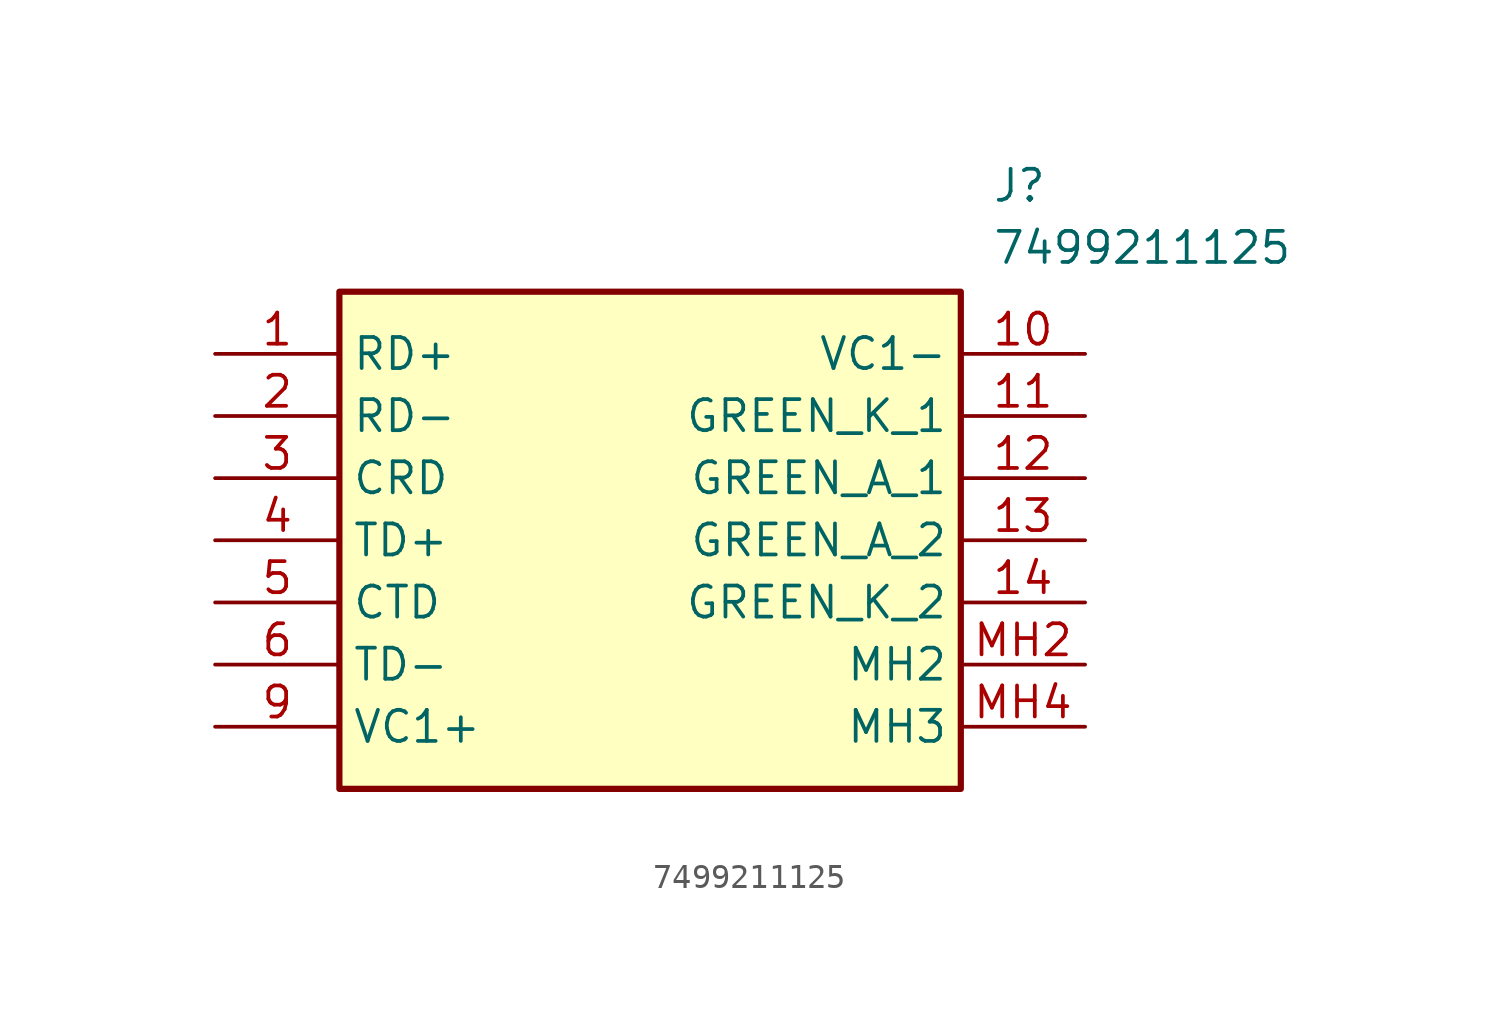
<source format=kicad_sym>
(kicad_symbol_lib
  (version 20211014)
  (generator SamacSys_ECAD_Model)
  (symbol "7499211125"
    (property "Reference" "J"
      (at 31.75 7.62 0)
      (effects (font (size 1.27 1.27)) (justify left top)))
    (property "Value" "7499211125"
      (at 31.75 5.08 0)
      (effects (font (size 1.27 1.27)) (justify left top)))
    (rectangle
      (start 5.08 2.54)
      (end 30.48 -17.78)
      (stroke (width 0.254) (type default))
      (fill (type background)))
    (pin passive line
      (at 0 0 0)
      (length 5.08)
      (name "RD+" (effects (font (size 1.27 1.27))))
      (number "1" (effects (font (size 1.27 1.27)))))
    (pin passive line
      (at 0 -2.54 0)
      (length 5.08)
      (name "RD-" (effects (font (size 1.27 1.27))))
      (number "2" (effects (font (size 1.27 1.27)))))
    (pin passive line
      (at 0 -5.08 0)
      (length 5.08)
      (name "CRD" (effects (font (size 1.27 1.27))))
      (number "3" (effects (font (size 1.27 1.27)))))
    (pin passive line
      (at 0 -7.62 0)
      (length 5.08)
      (name "TD+" (effects (font (size 1.27 1.27))))
      (number "4" (effects (font (size 1.27 1.27)))))
    (pin passive line
      (at 0 -10.16 0)
      (length 5.08)
      (name "CTD" (effects (font (size 1.27 1.27))))
      (number "5" (effects (font (size 1.27 1.27)))))
    (pin passive line
      (at 0 -12.7 0)
      (length 5.08)
      (name "TD-" (effects (font (size 1.27 1.27))))
      (number "6" (effects (font (size 1.27 1.27)))))
    (pin passive line
      (at 0 -15.24 0)
      (length 5.08)
      (name "VC1+" (effects (font (size 1.27 1.27))))
      (number "9" (effects (font (size 1.27 1.27)))))
    (pin passive line
      (at 35.56 0 180)
      (length 5.08)
      (name "VC1-" (effects (font (size 1.27 1.27))))
      (number "10" (effects (font (size 1.27 1.27)))))
    (pin passive line
      (at 35.56 -2.54 180)
      (length 5.08)
      (name "GREEN_K_1" (effects (font (size 1.27 1.27))))
      (number "11" (effects (font (size 1.27 1.27)))))
    (pin passive line
      (at 35.56 -5.08 180)
      (length 5.08)
      (name "GREEN_A_1" (effects (font (size 1.27 1.27))))
      (number "12" (effects (font (size 1.27 1.27)))))
    (pin passive line
      (at 35.56 -7.62 180)
      (length 5.08)
      (name "GREEN_A_2" (effects (font (size 1.27 1.27))))
      (number "13" (effects (font (size 1.27 1.27)))))
    (pin passive line
      (at 35.56 -10.16 180)
      (length 5.08)
      (name "GREEN_K_2" (effects (font (size 1.27 1.27))))
      (number "14" (effects (font (size 1.27 1.27)))))
    (pin passive line
      (at 35.56 -12.7 180)
      (length 5.08)
      (name "MH2" (effects (font (size 1.27 1.27))))
      (number "MH2" (effects (font (size 1.27 1.27)))))
    (pin passive line
      (at 35.56 -15.24 180)
      (length 5.08)
      (name "MH3" (effects (font (size 1.27 1.27))))
      (number "MH4" (effects (font (size 1.27 1.27)))))))
</source>
